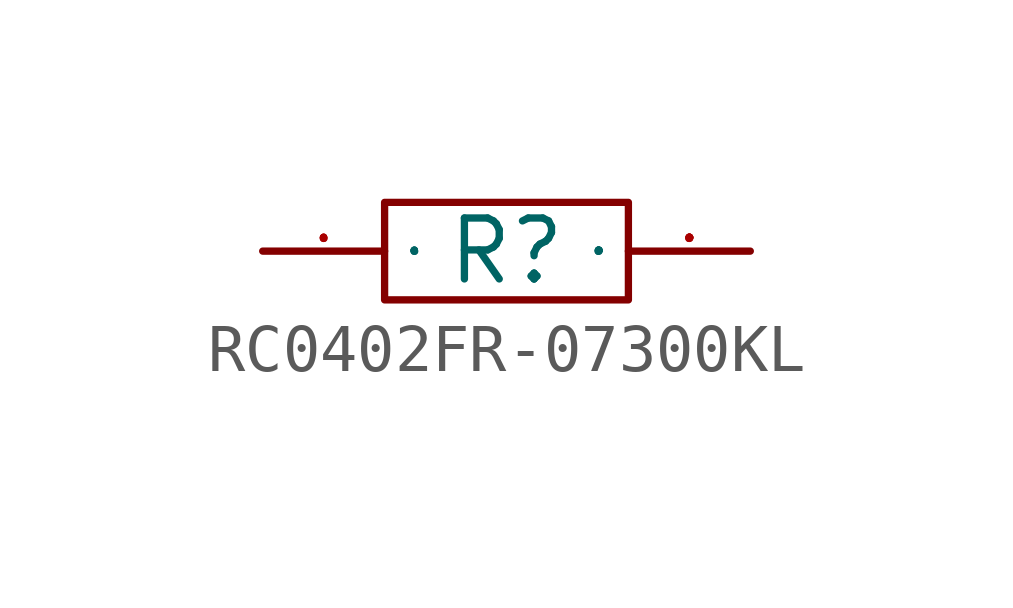
<source format=kicad_sym>
(kicad_symbol_lib
  (version 20241209)
  (generator "kicad_symbol_editor")
  (generator_version "9.0")
  (symbol "RC0402FR-07300KL"
    (property "Reference" "R"
      (at 0 0 0)
      (effects (font (size 1.27 1.27))))
    (symbol "RC0402FR-07300KL_1_0"
      (rectangle (start -2.54 -1.016) (end 2.54 1.016) (stroke (width 0) (type default)) (fill (type none)))
      (pin input line (at -5.08 0 0) (length 2.54) (name "1" (effects (font (size 0.025 0.025)))) (number "1" (effects (font (size 0.025 0.025)))))
      (pin input line (at 5.08 0 180) (length 2.54) (name "2" (effects (font (size 0.025 0.025)))) (number "2" (effects (font (size 0.025 0.025))))))))
</source>
